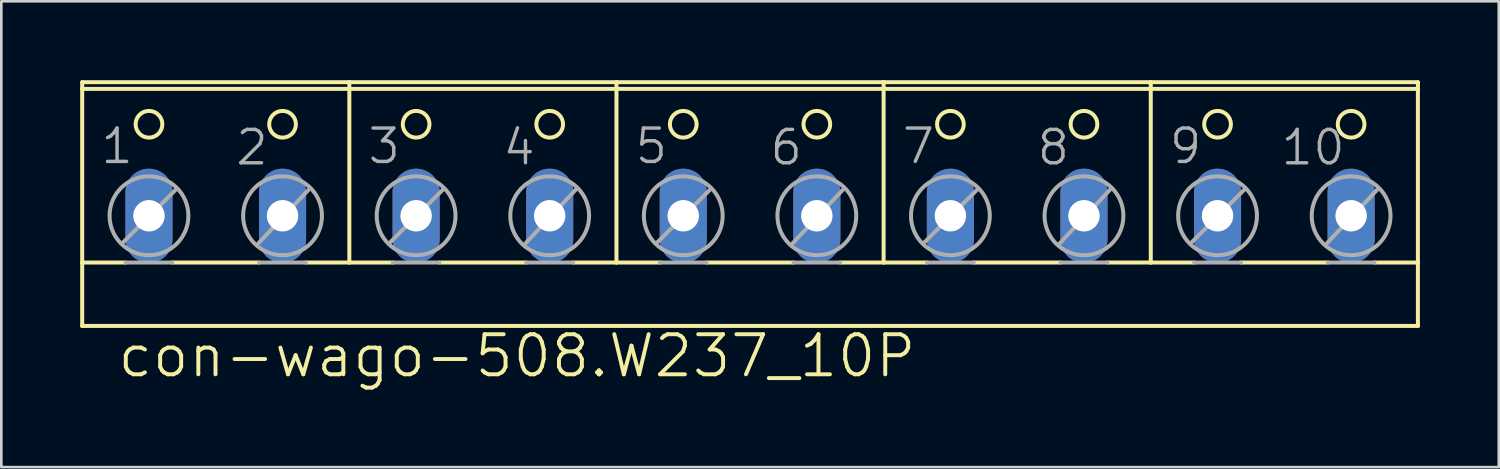
<source format=kicad_pcb>
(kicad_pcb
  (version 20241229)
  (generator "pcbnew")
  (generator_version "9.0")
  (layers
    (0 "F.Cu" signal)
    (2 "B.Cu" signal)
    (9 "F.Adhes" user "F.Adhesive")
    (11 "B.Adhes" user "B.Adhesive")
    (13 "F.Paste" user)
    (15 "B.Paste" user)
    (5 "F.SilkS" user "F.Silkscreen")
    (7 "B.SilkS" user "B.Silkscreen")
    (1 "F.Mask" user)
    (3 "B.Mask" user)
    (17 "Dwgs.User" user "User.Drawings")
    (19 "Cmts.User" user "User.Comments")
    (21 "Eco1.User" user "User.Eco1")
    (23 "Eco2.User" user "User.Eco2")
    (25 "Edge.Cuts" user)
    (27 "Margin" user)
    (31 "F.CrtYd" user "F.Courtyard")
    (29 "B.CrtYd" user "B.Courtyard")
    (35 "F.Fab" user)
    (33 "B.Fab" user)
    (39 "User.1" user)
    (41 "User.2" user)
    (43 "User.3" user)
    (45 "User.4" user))
  (footprint "con-wago-508.W237_10P"
    (layer "F.Cu")
    (at 25.476 4.521)
    (property "Reference" "con-wago-508.W237_10P" (at -24.13 6.858 0) (layer "F.SilkS") (effects (font (size 1.524 1.524) (thickness 0.15)) (justify left bottom)))
    (attr through_hole)
    (fp_line (start -25.4 -4.445) (end -15.24 -4.445) (stroke (width 0.152) (type default)) (layer "F.SilkS"))
    (fp_line (start -25.4 -4.191) (end -25.4 -4.445) (stroke (width 0.152) (type default)) (layer "F.SilkS"))
    (fp_line (start -25.4 -4.191) (end -15.24 -4.191) (stroke (width 0.152) (type default)) (layer "F.SilkS"))
    (fp_line (start -25.4 2.413) (end -25.4 -4.191) (stroke (width 0.152) (type default)) (layer "F.SilkS"))
    (fp_line (start -25.4 2.413) (end -23.749 2.413) (stroke (width 0.152) (type default)) (layer "F.SilkS"))
    (fp_line (start -25.4 4.826) (end -25.4 2.413) (stroke (width 0.152) (type default)) (layer "F.SilkS"))
    (fp_line (start -25.4 4.826) (end 25.4 4.826) (stroke (width 0.152) (type default)) (layer "F.SilkS"))
    (fp_line (start -21.971 2.413) (end -18.669 2.413) (stroke (width 0.152) (type default)) (layer "F.SilkS"))
    (fp_line (start -16.891 2.413) (end -15.24 2.413) (stroke (width 0.152) (type default)) (layer "F.SilkS"))
    (fp_line (start -15.24 -4.445) (end -5.08 -4.445) (stroke (width 0.152) (type default)) (layer "F.SilkS"))
    (fp_line (start -15.24 -4.191) (end -15.24 -4.445) (stroke (width 0.152) (type default)) (layer "F.SilkS"))
    (fp_line (start -15.24 -4.191) (end 25.4 -4.191) (stroke (width 0.152) (type default)) (layer "F.SilkS"))
    (fp_line (start -15.24 2.413) (end -15.24 -4.191) (stroke (width 0.152) (type default)) (layer "F.SilkS"))
    (fp_line (start -15.24 2.413) (end -13.589 2.413) (stroke (width 0.152) (type default)) (layer "F.SilkS"))
    (fp_line (start -11.811 2.413) (end -8.509 2.413) (stroke (width 0.152) (type default)) (layer "F.SilkS"))
    (fp_line (start -6.731 2.413) (end -5.08 2.413) (stroke (width 0.152) (type default)) (layer "F.SilkS"))
    (fp_line (start -5.08 -4.445) (end 5.08 -4.445) (stroke (width 0.152) (type default)) (layer "F.SilkS"))
    (fp_line (start -5.08 2.413) (end -5.08 -4.445) (stroke (width 0.152) (type default)) (layer "F.SilkS"))
    (fp_line (start -5.08 2.413) (end -3.429 2.413) (stroke (width 0.152) (type default)) (layer "F.SilkS"))
    (fp_line (start -1.651 2.413) (end 1.651 2.413) (stroke (width 0.152) (type default)) (layer "F.SilkS"))
    (fp_line (start 3.429 2.413) (end 5.08 2.413) (stroke (width 0.152) (type default)) (layer "F.SilkS"))
    (fp_line (start 5.08 -4.445) (end 15.24 -4.445) (stroke (width 0.152) (type default)) (layer "F.SilkS"))
    (fp_line (start 5.08 2.413) (end 5.08 -4.445) (stroke (width 0.152) (type default)) (layer "F.SilkS"))
    (fp_line (start 5.08 2.413) (end 6.731 2.413) (stroke (width 0.152) (type default)) (layer "F.SilkS"))
    (fp_line (start 8.509 2.413) (end 11.811 2.413) (stroke (width 0.152) (type default)) (layer "F.SilkS"))
    (fp_line (start 13.589 2.413) (end 15.24 2.413) (stroke (width 0.152) (type default)) (layer "F.SilkS"))
    (fp_line (start 15.24 -4.445) (end 25.4 -4.445) (stroke (width 0.152) (type default)) (layer "F.SilkS"))
    (fp_line (start 15.24 2.413) (end 15.24 -4.445) (stroke (width 0.152) (type default)) (layer "F.SilkS"))
    (fp_line (start 15.24 2.413) (end 16.891 2.413) (stroke (width 0.152) (type default)) (layer "F.SilkS"))
    (fp_line (start 18.669 2.413) (end 21.971 2.413) (stroke (width 0.152) (type default)) (layer "F.SilkS"))
    (fp_line (start 23.749 2.413) (end 25.4 2.413) (stroke (width 0.152) (type default)) (layer "F.SilkS"))
    (fp_line (start 25.4 -4.191) (end 25.4 -4.445) (stroke (width 0.152) (type default)) (layer "F.SilkS"))
    (fp_line (start 25.4 2.413) (end 25.4 -4.191) (stroke (width 0.152) (type default)) (layer "F.SilkS"))
    (fp_line (start 25.4 4.826) (end 25.4 2.413) (stroke (width 0.152) (type default)) (layer "F.SilkS"))
    (fp_circle (center -22.86 -2.845) (end -22.352 -2.845) (stroke (width 0.152) (type default)) (fill no) (layer "F.SilkS"))
    (fp_circle (center -17.78 -2.845) (end -17.272 -2.845) (stroke (width 0.152) (type default)) (fill no) (layer "F.SilkS"))
    (fp_circle (center -12.7 -2.845) (end -12.192 -2.845) (stroke (width 0.152) (type default)) (fill no) (layer "F.SilkS"))
    (fp_circle (center -7.62 -2.845) (end -7.112 -2.845) (stroke (width 0.152) (type default)) (fill no) (layer "F.SilkS"))
    (fp_circle (center -2.54 -2.845) (end -2.032 -2.845) (stroke (width 0.152) (type default)) (fill no) (layer "F.SilkS"))
    (fp_circle (center 2.54 -2.845) (end 3.048 -2.845) (stroke (width 0.152) (type default)) (fill no) (layer "F.SilkS"))
    (fp_circle (center 7.62 -2.845) (end 8.128 -2.845) (stroke (width 0.152) (type default)) (fill no) (layer "F.SilkS"))
    (fp_circle (center 12.7 -2.845) (end 13.208 -2.845) (stroke (width 0.152) (type default)) (fill no) (layer "F.SilkS"))
    (fp_circle (center 17.78 -2.845) (end 18.288 -2.845) (stroke (width 0.152) (type default)) (fill no) (layer "F.SilkS"))
    (fp_circle (center 22.86 -2.845) (end 23.368 -2.845) (stroke (width 0.152) (type default)) (fill no) (layer "F.SilkS"))
    (fp_line (start -23.851 1.651) (end -21.844 -0.356) (stroke (width 0.152) (type default)) (layer "F.Fab"))
    (fp_line (start -23.749 2.413) (end -21.971 2.413) (stroke (width 0.152) (type default)) (layer "F.Fab"))
    (fp_line (start -18.694 1.676) (end -16.789 -0.356) (stroke (width 0.152) (type default)) (layer "F.Fab"))
    (fp_line (start -18.669 2.413) (end -16.891 2.413) (stroke (width 0.152) (type default)) (layer "F.Fab"))
    (fp_line (start -13.691 1.651) (end -11.684 -0.356) (stroke (width 0.152) (type default)) (layer "F.Fab"))
    (fp_line (start -13.589 2.413) (end -11.811 2.413) (stroke (width 0.152) (type default)) (layer "F.Fab"))
    (fp_line (start -8.534 1.676) (end -6.629 -0.356) (stroke (width 0.152) (type default)) (layer "F.Fab"))
    (fp_line (start -8.509 2.413) (end -6.731 2.413) (stroke (width 0.152) (type default)) (layer "F.Fab"))
    (fp_line (start -3.531 1.651) (end -1.524 -0.356) (stroke (width 0.152) (type default)) (layer "F.Fab"))
    (fp_line (start -3.429 2.413) (end -1.651 2.413) (stroke (width 0.152) (type default)) (layer "F.Fab"))
    (fp_line (start 1.626 1.676) (end 3.531 -0.356) (stroke (width 0.152) (type default)) (layer "F.Fab"))
    (fp_line (start 1.651 2.413) (end 3.429 2.413) (stroke (width 0.152) (type default)) (layer "F.Fab"))
    (fp_line (start 6.629 1.651) (end 8.636 -0.356) (stroke (width 0.152) (type default)) (layer "F.Fab"))
    (fp_line (start 6.731 2.413) (end 8.509 2.413) (stroke (width 0.152) (type default)) (layer "F.Fab"))
    (fp_line (start 11.786 1.676) (end 13.691 -0.356) (stroke (width 0.152) (type default)) (layer "F.Fab"))
    (fp_line (start 11.811 2.413) (end 13.589 2.413) (stroke (width 0.152) (type default)) (layer "F.Fab"))
    (fp_line (start 16.789 1.651) (end 18.796 -0.356) (stroke (width 0.152) (type default)) (layer "F.Fab"))
    (fp_line (start 16.891 2.413) (end 18.669 2.413) (stroke (width 0.152) (type default)) (layer "F.Fab"))
    (fp_line (start 21.946 1.676) (end 23.851 -0.356) (stroke (width 0.152) (type default)) (layer "F.Fab"))
    (fp_line (start 21.971 2.413) (end 23.749 2.413) (stroke (width 0.152) (type default)) (layer "F.Fab"))
    (fp_circle (center -22.86 0.635) (end -21.361 0.635) (stroke (width 0.152) (type default)) (fill no) (layer "F.Fab"))
    (fp_circle (center -17.78 0.635) (end -16.281 0.635) (stroke (width 0.152) (type default)) (fill no) (layer "F.Fab"))
    (fp_circle (center -12.7 0.635) (end -11.201 0.635) (stroke (width 0.152) (type default)) (fill no) (layer "F.Fab"))
    (fp_circle (center -7.62 0.635) (end -6.121 0.635) (stroke (width 0.152) (type default)) (fill no) (layer "F.Fab"))
    (fp_circle (center -2.54 0.635) (end -1.041 0.635) (stroke (width 0.152) (type default)) (fill no) (layer "F.Fab"))
    (fp_circle (center 2.54 0.635) (end 4.039 0.635) (stroke (width 0.152) (type default)) (fill no) (layer "F.Fab"))
    (fp_circle (center 7.62 0.635) (end 9.119 0.635) (stroke (width 0.152) (type default)) (fill no) (layer "F.Fab"))
    (fp_circle (center 12.7 0.635) (end 14.199 0.635) (stroke (width 0.152) (type default)) (fill no) (layer "F.Fab"))
    (fp_circle (center 17.78 0.635) (end 19.279 0.635) (stroke (width 0.152) (type default)) (fill no) (layer "F.Fab"))
    (fp_circle (center 22.86 0.635) (end 24.359 0.635) (stroke (width 0.152) (type default)) (fill no) (layer "F.Fab"))
    (fp_text user "8" (at 10.846 -1.219 0) (layer "F.Fab") (effects (font (size 1.27 1.27) (thickness 0.13)) (justify left bottom)))
    (fp_text user "1" (at -24.765 -1.27 0) (layer "F.Fab") (effects (font (size 1.27 1.27) (thickness 0.13)) (justify left bottom)))
    (fp_text user "5" (at -4.445 -1.27 0) (layer "F.Fab") (effects (font (size 1.27 1.27) (thickness 0.13)) (justify left bottom)))
    (fp_text user "6" (at 0.686 -1.219 0) (layer "F.Fab") (effects (font (size 1.27 1.27) (thickness 0.13)) (justify left bottom)))
    (fp_text user "2" (at -19.634 -1.219 0) (layer "F.Fab") (effects (font (size 1.27 1.27) (thickness 0.13)) (justify left bottom)))
    (fp_text user "4" (at -9.474 -1.219 0) (layer "F.Fab") (effects (font (size 1.27 1.27) (thickness 0.13)) (justify left bottom)))
    (fp_text user "3" (at -14.605 -1.27 0) (layer "F.Fab") (effects (font (size 1.27 1.27) (thickness 0.13)) (justify left bottom)))
    (fp_text user "9" (at 15.875 -1.27 0) (layer "F.Fab") (effects (font (size 1.27 1.27) (thickness 0.13)) (justify left bottom)))
    (fp_text user "10" (at 20.117 -1.219 0) (layer "F.Fab") (effects (font (size 1.27 1.27) (thickness 0.13)) (justify left bottom)))
    (fp_text user "7" (at 5.715 -1.27 0) (layer "F.Fab") (effects (font (size 1.27 1.27) (thickness 0.13)) (justify left bottom)))
    (pad "1" thru_hole oval (at -22.86 0.635 90) (size 3.581 1.791) (drill 1.194) (layers "*.Cu" "*.Mask"))
    (pad "2" thru_hole oval (at -17.78 0.635 90) (size 3.581 1.791) (drill 1.194) (layers "*.Cu" "*.Mask"))
    (pad "3" thru_hole oval (at -12.7 0.635 90) (size 3.581 1.791) (drill 1.194) (layers "*.Cu" "*.Mask"))
    (pad "4" thru_hole oval (at -7.62 0.635 90) (size 3.581 1.791) (drill 1.194) (layers "*.Cu" "*.Mask"))
    (pad "5" thru_hole oval (at -2.54 0.635 90) (size 3.581 1.791) (drill 1.194) (layers "*.Cu" "*.Mask"))
    (pad "6" thru_hole oval (at 2.54 0.635 90) (size 3.581 1.791) (drill 1.194) (layers "*.Cu" "*.Mask"))
    (pad "7" thru_hole oval (at 7.62 0.635 90) (size 3.581 1.791) (drill 1.194) (layers "*.Cu" "*.Mask"))
    (pad "8" thru_hole oval (at 12.7 0.635 90) (size 3.581 1.791) (drill 1.194) (layers "*.Cu" "*.Mask"))
    (pad "9" thru_hole oval (at 17.78 0.635 90) (size 3.581 1.791) (drill 1.194) (layers "*.Cu" "*.Mask"))
    (pad "10" thru_hole oval (at 22.86 0.635 90) (size 3.581 1.791) (drill 1.194) (layers "*.Cu" "*.Mask")))
  (gr_rect
    (start -3 -3)
    (end 53.952 14.715)
    (stroke (width 0.1) (type default))
    (fill no)
    (layer "Edge.Cuts")))
</source>
